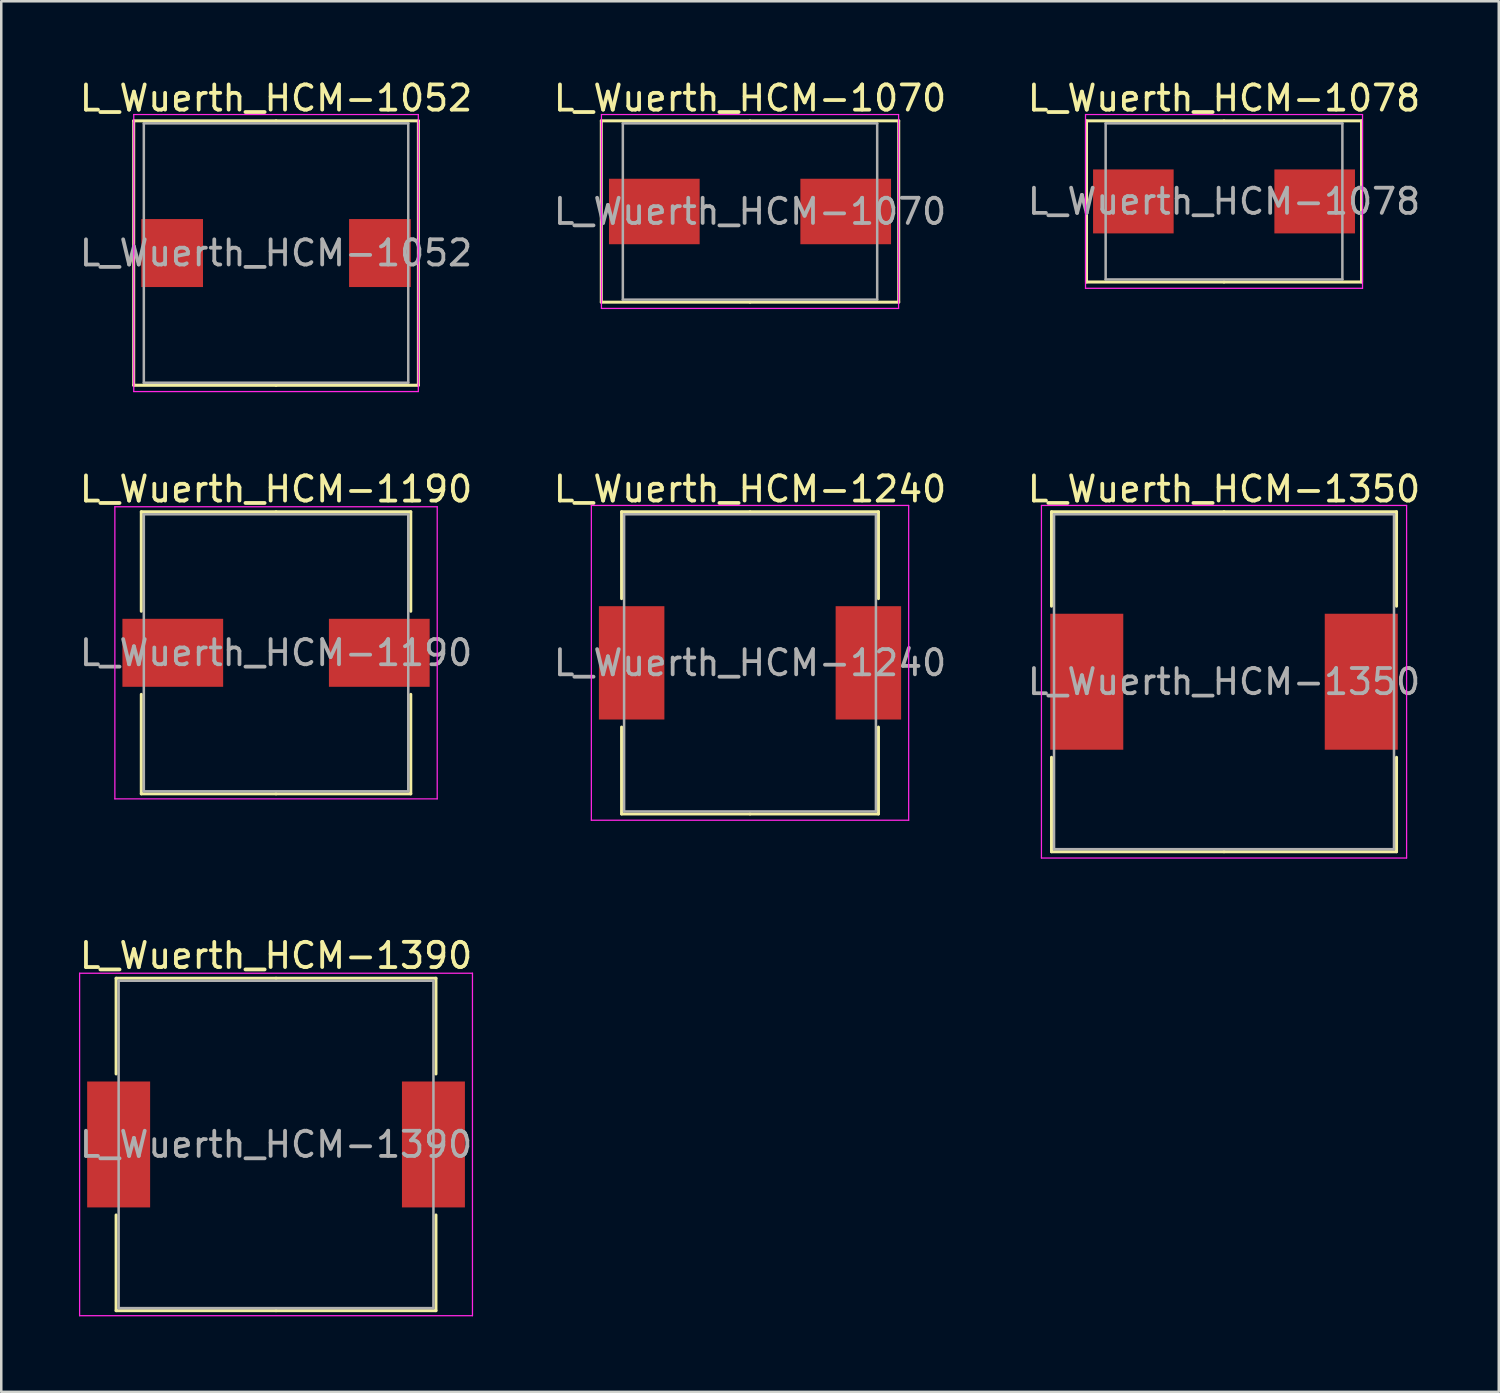
<source format=kicad_pcb>
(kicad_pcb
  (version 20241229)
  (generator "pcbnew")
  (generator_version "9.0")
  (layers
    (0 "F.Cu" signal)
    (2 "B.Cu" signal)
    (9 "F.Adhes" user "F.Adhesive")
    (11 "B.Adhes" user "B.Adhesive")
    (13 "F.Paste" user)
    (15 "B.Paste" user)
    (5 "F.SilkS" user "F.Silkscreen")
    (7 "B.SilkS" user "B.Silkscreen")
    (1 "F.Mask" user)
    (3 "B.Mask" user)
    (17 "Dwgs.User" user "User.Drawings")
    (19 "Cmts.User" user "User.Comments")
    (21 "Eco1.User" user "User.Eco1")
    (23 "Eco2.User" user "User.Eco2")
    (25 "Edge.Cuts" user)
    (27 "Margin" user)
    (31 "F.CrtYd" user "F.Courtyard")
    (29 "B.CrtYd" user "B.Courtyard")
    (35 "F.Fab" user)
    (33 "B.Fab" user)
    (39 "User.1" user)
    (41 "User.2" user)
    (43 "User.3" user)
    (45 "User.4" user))
  (footprint "L_Wuerth_HCM-1190"
    (layer "F.Cu")
    (at 7.911 22.872)
    (property "Reference" "L_Wuerth_HCM-1190" (at 0 -6.5 0) (layer "F.SilkS") (effects (font (size 1 1) (thickness 0.15))))
    (attr smd)
    (fp_line (start -5.35 -5.6) (end 0 -5.6) (stroke (width 0.12) (type solid)) (layer "F.SilkS"))
    (fp_line (start -5.35 -1.65) (end -5.35 -5.6) (stroke (width 0.12) (type solid)) (layer "F.SilkS"))
    (fp_line (start -5.35 1.65) (end -5.35 5.6) (stroke (width 0.12) (type solid)) (layer "F.SilkS"))
    (fp_line (start -5.35 5.6) (end 0 5.6) (stroke (width 0.12) (type solid)) (layer "F.SilkS"))
    (fp_line (start 5.35 -5.6) (end 0 -5.6) (stroke (width 0.12) (type solid)) (layer "F.SilkS"))
    (fp_line (start 5.35 -1.65) (end 5.35 -5.6) (stroke (width 0.12) (type solid)) (layer "F.SilkS"))
    (fp_line (start 5.35 1.65) (end 5.35 5.6) (stroke (width 0.12) (type solid)) (layer "F.SilkS"))
    (fp_line (start 5.35 5.6) (end 0 5.6) (stroke (width 0.12) (type solid)) (layer "F.SilkS"))
    (fp_line (start -6.4 -5.8) (end -6.4 5.8) (stroke (width 0.05) (type solid)) (layer "F.CrtYd"))
    (fp_line (start -6.4 5.8) (end 6.4 5.8) (stroke (width 0.05) (type solid)) (layer "F.CrtYd"))
    (fp_line (start 6.4 -5.8) (end -6.4 -5.8) (stroke (width 0.05) (type solid)) (layer "F.CrtYd"))
    (fp_line (start 6.4 5.8) (end 6.4 -5.8) (stroke (width 0.05) (type solid)) (layer "F.CrtYd"))
    (fp_line (start -5.25 -5.5) (end -5.25 5.5) (stroke (width 0.1) (type solid)) (layer "F.Fab"))
    (fp_line (start -5.25 5.5) (end 5.25 5.5) (stroke (width 0.1) (type solid)) (layer "F.Fab"))
    (fp_line (start 5.25 -5.5) (end -5.25 -5.5) (stroke (width 0.1) (type solid)) (layer "F.Fab"))
    (fp_line (start 5.25 5.5) (end 5.25 -5.5) (stroke (width 0.1) (type solid)) (layer "F.Fab"))
    (fp_text user "${REFERENCE}" (at 0 0 0) (layer "F.Fab") (effects (font (size 1 1) (thickness 0.15))))
    (pad "1" smd rect (at -4.1 0) (size 4 2.7) (layers "F.Cu" "F.Mask" "F.Paste"))
    (pad "2" smd rect (at 4.1 0) (size 4 2.7) (layers "F.Cu" "F.Mask" "F.Paste")))
  (footprint "L_Wuerth_HCM-1390"
    (layer "F.Cu")
    (at 7.911 42.395)
    (property "Reference" "L_Wuerth_HCM-1390" (at 0 -7.5 0) (layer "F.SilkS") (effects (font (size 1 1) (thickness 0.15))))
    (attr smd)
    (fp_line (start -6.35 -6.6) (end 0 -6.6) (stroke (width 0.12) (type solid)) (layer "F.SilkS"))
    (fp_line (start -6.35 -2.8) (end -6.35 -6.6) (stroke (width 0.12) (type solid)) (layer "F.SilkS"))
    (fp_line (start -6.35 2.8) (end -6.35 6.6) (stroke (width 0.12) (type solid)) (layer "F.SilkS"))
    (fp_line (start -6.35 6.6) (end 0 6.6) (stroke (width 0.12) (type solid)) (layer "F.SilkS"))
    (fp_line (start 6.35 -6.6) (end 0 -6.6) (stroke (width 0.12) (type solid)) (layer "F.SilkS"))
    (fp_line (start 6.35 -2.8) (end 6.35 -6.6) (stroke (width 0.12) (type solid)) (layer "F.SilkS"))
    (fp_line (start 6.35 2.8) (end 6.35 6.6) (stroke (width 0.12) (type solid)) (layer "F.SilkS"))
    (fp_line (start 6.35 6.6) (end 0 6.6) (stroke (width 0.12) (type solid)) (layer "F.SilkS"))
    (fp_line (start -7.8 -6.8) (end -7.8 6.8) (stroke (width 0.05) (type solid)) (layer "F.CrtYd"))
    (fp_line (start -7.8 6.8) (end 7.8 6.8) (stroke (width 0.05) (type solid)) (layer "F.CrtYd"))
    (fp_line (start 7.8 -6.8) (end -7.8 -6.8) (stroke (width 0.05) (type solid)) (layer "F.CrtYd"))
    (fp_line (start 7.8 6.8) (end 7.8 -6.8) (stroke (width 0.05) (type solid)) (layer "F.CrtYd"))
    (fp_line (start -6.25 -6.5) (end -6.25 6.5) (stroke (width 0.1) (type solid)) (layer "F.Fab"))
    (fp_line (start -6.25 6.5) (end 6.25 6.5) (stroke (width 0.1) (type solid)) (layer "F.Fab"))
    (fp_line (start 6.25 -6.5) (end -6.25 -6.5) (stroke (width 0.1) (type solid)) (layer "F.Fab"))
    (fp_line (start 6.25 6.5) (end 6.25 -6.5) (stroke (width 0.1) (type solid)) (layer "F.Fab"))
    (fp_text user "${REFERENCE}" (at 0 0 0) (layer "F.Fab") (effects (font (size 1 1) (thickness 0.15))))
    (pad "1" smd rect (at -6.25 0) (size 2.5 5) (layers "F.Cu" "F.Mask" "F.Paste"))
    (pad "2" smd rect (at 6.25 0) (size 2.5 5) (layers "F.Cu" "F.Mask" "F.Paste")))
  (footprint "L_Wuerth_HCM-1052"
    (layer "F.Cu")
    (at 7.911 6.998)
    (property "Reference" "L_Wuerth_HCM-1052" (at 0 -6.15 0) (layer "F.SilkS") (effects (font (size 1 1) (thickness 0.15))))
    (attr smd)
    (fp_line (start -5.652 -5.25) (end -5.652 5.25) (stroke (width 0.12) (type solid)) (layer "F.SilkS"))
    (fp_line (start -5.652 -5.25) (end 0 -5.25) (stroke (width 0.12) (type solid)) (layer "F.SilkS"))
    (fp_line (start -5.652 5.25) (end 0 5.25) (stroke (width 0.12) (type solid)) (layer "F.SilkS"))
    (fp_line (start 5.652 -5.25) (end 0 -5.25) (stroke (width 0.12) (type solid)) (layer "F.SilkS"))
    (fp_line (start 5.652 5.25) (end 0 5.25) (stroke (width 0.12) (type solid)) (layer "F.SilkS"))
    (fp_line (start 5.652 5.25) (end 5.652 -5.25) (stroke (width 0.12) (type solid)) (layer "F.SilkS"))
    (fp_line (start -5.65 -5.5) (end -5.65 5.5) (stroke (width 0.05) (type solid)) (layer "F.CrtYd"))
    (fp_line (start -5.65 5.5) (end 5.65 5.5) (stroke (width 0.05) (type solid)) (layer "F.CrtYd"))
    (fp_line (start 5.65 -5.5) (end -5.65 -5.5) (stroke (width 0.05) (type solid)) (layer "F.CrtYd"))
    (fp_line (start 5.65 5.5) (end 5.65 -5.5) (stroke (width 0.05) (type solid)) (layer "F.CrtYd"))
    (fp_line (start -5.25 -5.15) (end -5.25 5.15) (stroke (width 0.1) (type solid)) (layer "F.Fab"))
    (fp_line (start -5.25 5.15) (end 5.25 5.15) (stroke (width 0.1) (type solid)) (layer "F.Fab"))
    (fp_line (start 5.25 -5.15) (end -5.25 -5.15) (stroke (width 0.1) (type solid)) (layer "F.Fab"))
    (fp_line (start 5.25 5.15) (end 5.25 -5.15) (stroke (width 0.1) (type solid)) (layer "F.Fab"))
    (fp_text user "${REFERENCE}" (at 0 0 0) (layer "F.Fab") (effects (font (size 1 1) (thickness 0.15))))
    (pad "1" smd rect (at -4.125 0) (size 2.45 2.7) (layers "F.Cu" "F.Mask" "F.Paste"))
    (pad "2" smd rect (at 4.125 0) (size 2.45 2.7) (layers "F.Cu" "F.Mask" "F.Paste")))
  (footprint "L_Wuerth_HCM-1070"
    (layer "F.Cu")
    (at 26.732 5.348)
    (property "Reference" "L_Wuerth_HCM-1070" (at 0 -4.5 0) (layer "F.SilkS") (effects (font (size 1 1) (thickness 0.15))))
    (attr smd)
    (fp_line (start -5.905 -3.6) (end -5.905 3.6) (stroke (width 0.12) (type solid)) (layer "F.SilkS"))
    (fp_line (start -5.905 -3.6) (end 0 -3.6) (stroke (width 0.12) (type solid)) (layer "F.SilkS"))
    (fp_line (start -5.905 3.6) (end 0 3.6) (stroke (width 0.12) (type solid)) (layer "F.SilkS"))
    (fp_line (start 5.905 -3.6) (end 0 -3.6) (stroke (width 0.12) (type solid)) (layer "F.SilkS"))
    (fp_line (start 5.905 -3.6) (end 5.905 3.6) (stroke (width 0.12) (type solid)) (layer "F.SilkS"))
    (fp_line (start 5.905 3.6) (end 0 3.6) (stroke (width 0.12) (type solid)) (layer "F.SilkS"))
    (fp_line (start -5.9 -3.85) (end -5.9 3.85) (stroke (width 0.05) (type solid)) (layer "F.CrtYd"))
    (fp_line (start -5.9 3.85) (end 5.9 3.85) (stroke (width 0.05) (type solid)) (layer "F.CrtYd"))
    (fp_line (start 5.9 -3.85) (end -5.9 -3.85) (stroke (width 0.05) (type solid)) (layer "F.CrtYd"))
    (fp_line (start 5.9 3.85) (end 5.9 -3.85) (stroke (width 0.05) (type solid)) (layer "F.CrtYd"))
    (fp_line (start -5.05 -3.5) (end -5.05 3.5) (stroke (width 0.1) (type solid)) (layer "F.Fab"))
    (fp_line (start -5.05 3.5) (end 5.05 3.5) (stroke (width 0.1) (type solid)) (layer "F.Fab"))
    (fp_line (start 5.05 -3.5) (end -5.05 -3.5) (stroke (width 0.1) (type solid)) (layer "F.Fab"))
    (fp_line (start 5.05 3.5) (end 5.05 -3.5) (stroke (width 0.1) (type solid)) (layer "F.Fab"))
    (fp_text user "${REFERENCE}" (at 0 0 0) (layer "F.Fab") (effects (font (size 1 1) (thickness 0.15))))
    (pad "1" smd rect (at -3.8 0) (size 3.6 2.6) (layers "F.Cu" "F.Mask" "F.Paste"))
    (pad "2" smd rect (at 3.8 0) (size 3.6 2.6) (layers "F.Cu" "F.Mask" "F.Paste")))
  (footprint "L_Wuerth_HCM-1078"
    (layer "F.Cu")
    (at 45.554 4.948)
    (property "Reference" "L_Wuerth_HCM-1078" (at 0 -4.1 0) (layer "F.SilkS") (effects (font (size 1 1) (thickness 0.15))))
    (attr smd)
    (fp_line (start -5.461 -3.2) (end -5.461 3.2) (stroke (width 0.12) (type solid)) (layer "F.SilkS"))
    (fp_line (start -5.461 -3.2) (end 0 -3.2) (stroke (width 0.12) (type solid)) (layer "F.SilkS"))
    (fp_line (start -5.461 3.2) (end 0 3.2) (stroke (width 0.12) (type solid)) (layer "F.SilkS"))
    (fp_line (start 5.461 -3.2) (end 0 -3.2) (stroke (width 0.12) (type solid)) (layer "F.SilkS"))
    (fp_line (start 5.461 3.2) (end 0 3.2) (stroke (width 0.12) (type solid)) (layer "F.SilkS"))
    (fp_line (start 5.461 3.2) (end 5.461 -3.2) (stroke (width 0.12) (type solid)) (layer "F.SilkS"))
    (fp_line (start -5.5 -3.45) (end -5.5 3.45) (stroke (width 0.05) (type solid)) (layer "F.CrtYd"))
    (fp_line (start -5.5 3.45) (end 5.5 3.45) (stroke (width 0.05) (type solid)) (layer "F.CrtYd"))
    (fp_line (start 5.5 -3.45) (end -5.5 -3.45) (stroke (width 0.05) (type solid)) (layer "F.CrtYd"))
    (fp_line (start 5.5 3.45) (end 5.5 -3.45) (stroke (width 0.05) (type solid)) (layer "F.CrtYd"))
    (fp_line (start -4.7 -3.1) (end -4.7 3.1) (stroke (width 0.1) (type solid)) (layer "F.Fab"))
    (fp_line (start -4.7 3.1) (end 4.7 3.1) (stroke (width 0.1) (type solid)) (layer "F.Fab"))
    (fp_line (start 4.7 -3.1) (end -4.7 -3.1) (stroke (width 0.1) (type solid)) (layer "F.Fab"))
    (fp_line (start 4.7 3.1) (end 4.7 -3.1) (stroke (width 0.1) (type solid)) (layer "F.Fab"))
    (fp_text user "${REFERENCE}" (at 0 0 0) (layer "F.Fab") (effects (font (size 1 1) (thickness 0.15))))
    (pad "1" smd rect (at -3.6 0) (size 3.2 2.54) (layers "F.Cu" "F.Mask" "F.Paste"))
    (pad "2" smd rect (at 3.6 0) (size 3.2 2.54) (layers "F.Cu" "F.Mask" "F.Paste")))
  (footprint "L_Wuerth_HCM-1240"
    (layer "F.Cu")
    (at 26.732 23.271)
    (property "Reference" "L_Wuerth_HCM-1240" (at 0 -6.9 0) (layer "F.SilkS") (effects (font (size 1 1) (thickness 0.15))))
    (attr smd)
    (fp_line (start -5.1 -6) (end 0 -6) (stroke (width 0.12) (type solid)) (layer "F.SilkS"))
    (fp_line (start -5.1 -2.55) (end -5.1 -6) (stroke (width 0.12) (type solid)) (layer "F.SilkS"))
    (fp_line (start -5.1 2.55) (end -5.1 6) (stroke (width 0.12) (type solid)) (layer "F.SilkS"))
    (fp_line (start -5.1 6) (end 0 6) (stroke (width 0.12) (type solid)) (layer "F.SilkS"))
    (fp_line (start 5.1 -6) (end 0 -6) (stroke (width 0.12) (type solid)) (layer "F.SilkS"))
    (fp_line (start 5.1 -2.55) (end 5.1 -6) (stroke (width 0.12) (type solid)) (layer "F.SilkS"))
    (fp_line (start 5.1 2.55) (end 5.1 6) (stroke (width 0.12) (type solid)) (layer "F.SilkS"))
    (fp_line (start 5.1 6) (end 0 6) (stroke (width 0.12) (type solid)) (layer "F.SilkS"))
    (fp_line (start -6.3 -6.25) (end -6.3 6.25) (stroke (width 0.05) (type solid)) (layer "F.CrtYd"))
    (fp_line (start -6.3 6.25) (end 6.3 6.25) (stroke (width 0.05) (type solid)) (layer "F.CrtYd"))
    (fp_line (start 6.3 -6.25) (end -6.3 -6.25) (stroke (width 0.05) (type solid)) (layer "F.CrtYd"))
    (fp_line (start 6.3 6.25) (end 6.3 -6.25) (stroke (width 0.05) (type solid)) (layer "F.CrtYd"))
    (fp_line (start -5 -5.9) (end -5 5.9) (stroke (width 0.1) (type solid)) (layer "F.Fab"))
    (fp_line (start -5 5.9) (end 5 5.9) (stroke (width 0.1) (type solid)) (layer "F.Fab"))
    (fp_line (start 5 -5.9) (end -5 -5.9) (stroke (width 0.1) (type solid)) (layer "F.Fab"))
    (fp_line (start 5 5.9) (end 5 -5.9) (stroke (width 0.1) (type solid)) (layer "F.Fab"))
    (fp_text user "${REFERENCE}" (at 0 0 0) (layer "F.Fab") (effects (font (size 1 1) (thickness 0.15))))
    (pad "1" smd rect (at -4.7 0) (size 2.6 4.5) (layers "F.Cu" "F.Mask" "F.Paste"))
    (pad "2" smd rect (at 4.7 0) (size 2.6 4.5) (layers "F.Cu" "F.Mask" "F.Paste")))
  (footprint "L_Wuerth_HCM-1350"
    (layer "F.Cu")
    (at 45.554 24.021)
    (property "Reference" "L_Wuerth_HCM-1350" (at 0 -7.65 0) (layer "F.SilkS") (effects (font (size 1 1) (thickness 0.15))))
    (attr smd)
    (fp_line (start -6.85 -6.75) (end 0 -6.75) (stroke (width 0.12) (type solid)) (layer "F.SilkS"))
    (fp_line (start -6.85 -3) (end -6.85 -6.75) (stroke (width 0.12) (type solid)) (layer "F.SilkS"))
    (fp_line (start -6.85 3) (end -6.85 6.75) (stroke (width 0.12) (type solid)) (layer "F.SilkS"))
    (fp_line (start -6.85 6.75) (end 0 6.75) (stroke (width 0.12) (type solid)) (layer "F.SilkS"))
    (fp_line (start 6.85 -6.75) (end 0 -6.75) (stroke (width 0.12) (type solid)) (layer "F.SilkS"))
    (fp_line (start 6.85 -3) (end 6.85 -6.75) (stroke (width 0.12) (type solid)) (layer "F.SilkS"))
    (fp_line (start 6.85 3) (end 6.85 6.75) (stroke (width 0.12) (type solid)) (layer "F.SilkS"))
    (fp_line (start 6.85 6.75) (end 0 6.75) (stroke (width 0.12) (type solid)) (layer "F.SilkS"))
    (fp_line (start -7.25 -7) (end -7.25 7) (stroke (width 0.05) (type solid)) (layer "F.CrtYd"))
    (fp_line (start -7.25 7) (end 7.25 7) (stroke (width 0.05) (type solid)) (layer "F.CrtYd"))
    (fp_line (start 7.25 -7) (end -7.25 -7) (stroke (width 0.05) (type solid)) (layer "F.CrtYd"))
    (fp_line (start 7.25 7) (end 7.25 -7) (stroke (width 0.05) (type solid)) (layer "F.CrtYd"))
    (fp_line (start -6.75 -6.65) (end -6.75 6.65) (stroke (width 0.1) (type solid)) (layer "F.Fab"))
    (fp_line (start -6.75 6.65) (end 6.75 6.65) (stroke (width 0.1) (type solid)) (layer "F.Fab"))
    (fp_line (start 6.75 -6.65) (end -6.75 -6.65) (stroke (width 0.1) (type solid)) (layer "F.Fab"))
    (fp_line (start 6.75 6.65) (end 6.75 -6.65) (stroke (width 0.1) (type solid)) (layer "F.Fab"))
    (fp_text user "${REFERENCE}" (at 0 0 0) (layer "F.Fab") (effects (font (size 1 1) (thickness 0.15))))
    (pad "1" smd rect (at -5.45 0) (size 2.9 5.4) (layers "F.Cu" "F.Mask" "F.Paste"))
    (pad "2" smd rect (at 5.45 0) (size 2.9 5.4) (layers "F.Cu" "F.Mask" "F.Paste")))
  (gr_rect
    (start -3 -3)
    (end 56.464 52.22)
    (stroke (width 0.1) (type default))
    (fill no)
    (layer "Edge.Cuts")))
</source>
